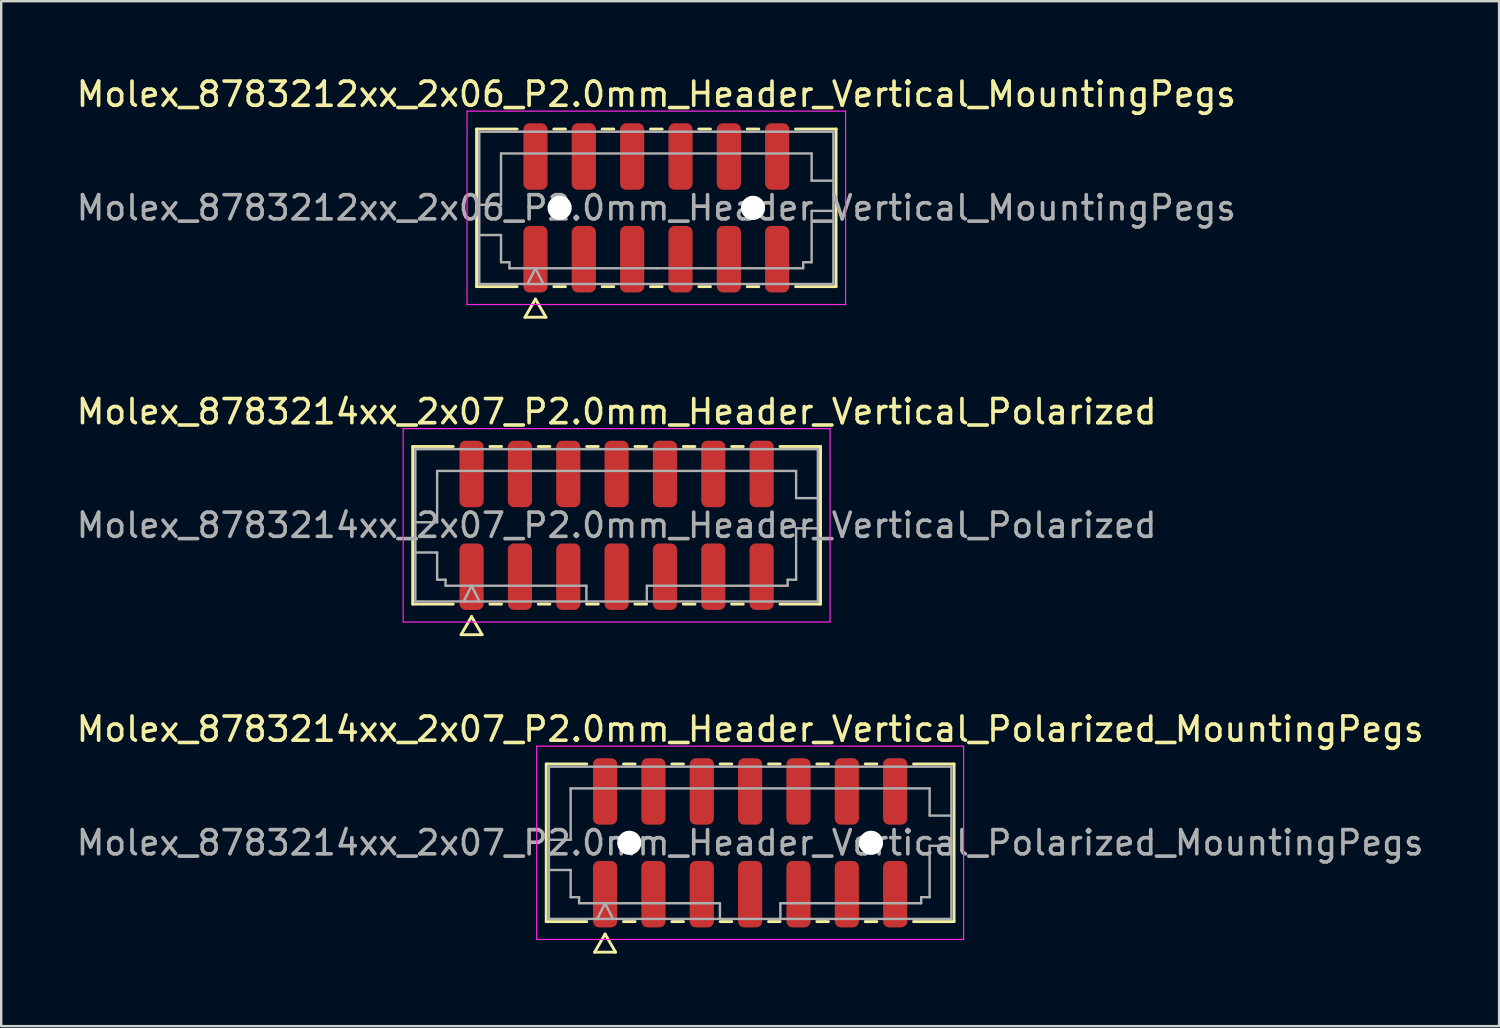
<source format=kicad_pcb>
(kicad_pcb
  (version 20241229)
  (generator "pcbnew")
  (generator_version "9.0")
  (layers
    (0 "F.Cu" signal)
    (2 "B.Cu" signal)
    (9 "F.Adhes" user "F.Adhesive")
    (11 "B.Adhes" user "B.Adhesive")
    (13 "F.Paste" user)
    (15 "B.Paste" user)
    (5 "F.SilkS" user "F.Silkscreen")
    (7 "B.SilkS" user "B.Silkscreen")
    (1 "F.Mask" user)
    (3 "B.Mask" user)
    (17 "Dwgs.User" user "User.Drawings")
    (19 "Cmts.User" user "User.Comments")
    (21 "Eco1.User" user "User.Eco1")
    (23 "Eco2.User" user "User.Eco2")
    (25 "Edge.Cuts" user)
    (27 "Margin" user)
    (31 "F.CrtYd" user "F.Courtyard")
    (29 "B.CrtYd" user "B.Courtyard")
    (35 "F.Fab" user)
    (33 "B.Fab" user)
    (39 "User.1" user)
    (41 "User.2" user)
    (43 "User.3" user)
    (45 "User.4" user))
  (footprint "Molex_8783214xx_2x07_P2.0mm_Header_Vertical_Polarized"
    (layer "F.Cu")
    (at 22.458 18.681)
    (property "Reference" "Molex_8783214xx_2x07_P2.0mm_Header_Vertical_Polarized" (at 0 -4.7 0) (layer "F.SilkS") (effects (font (size 1 1) (thickness 0.15))))
    (attr smd)
    (fp_line (start -8.435 -3.26) (end -6.76 -3.26) (stroke (width 0.12) (type solid)) (layer "F.SilkS"))
    (fp_line (start -8.435 3.26) (end -8.435 -3.26) (stroke (width 0.12) (type solid)) (layer "F.SilkS"))
    (fp_line (start -6.76 3.26) (end -8.435 3.26) (stroke (width 0.12) (type solid)) (layer "F.SilkS"))
    (fp_line (start -6.433 4.525) (end -6 3.775) (stroke (width 0.12) (type solid)) (layer "F.SilkS"))
    (fp_line (start -6 3.775) (end -5.567 4.525) (stroke (width 0.12) (type solid)) (layer "F.SilkS"))
    (fp_line (start -5.567 4.525) (end -6.433 4.525) (stroke (width 0.12) (type solid)) (layer "F.SilkS"))
    (fp_line (start -5.24 -3.26) (end -4.76 -3.26) (stroke (width 0.12) (type solid)) (layer "F.SilkS"))
    (fp_line (start -4.76 3.26) (end -5.24 3.26) (stroke (width 0.12) (type solid)) (layer "F.SilkS"))
    (fp_line (start -3.24 -3.26) (end -2.76 -3.26) (stroke (width 0.12) (type solid)) (layer "F.SilkS"))
    (fp_line (start -2.76 3.26) (end -3.24 3.26) (stroke (width 0.12) (type solid)) (layer "F.SilkS"))
    (fp_line (start -1.24 -3.26) (end -0.76 -3.26) (stroke (width 0.12) (type solid)) (layer "F.SilkS"))
    (fp_line (start -0.76 3.26) (end -1.24 3.26) (stroke (width 0.12) (type solid)) (layer "F.SilkS"))
    (fp_line (start 0.76 -3.26) (end 1.24 -3.26) (stroke (width 0.12) (type solid)) (layer "F.SilkS"))
    (fp_line (start 1.24 3.26) (end 0.76 3.26) (stroke (width 0.12) (type solid)) (layer "F.SilkS"))
    (fp_line (start 2.76 -3.26) (end 3.24 -3.26) (stroke (width 0.12) (type solid)) (layer "F.SilkS"))
    (fp_line (start 3.24 3.26) (end 2.76 3.26) (stroke (width 0.12) (type solid)) (layer "F.SilkS"))
    (fp_line (start 4.76 -3.26) (end 5.24 -3.26) (stroke (width 0.12) (type solid)) (layer "F.SilkS"))
    (fp_line (start 5.24 3.26) (end 4.76 3.26) (stroke (width 0.12) (type solid)) (layer "F.SilkS"))
    (fp_line (start 6.76 -3.26) (end 8.435 -3.26) (stroke (width 0.12) (type solid)) (layer "F.SilkS"))
    (fp_line (start 8.435 -3.26) (end 8.435 3.26) (stroke (width 0.12) (type solid)) (layer "F.SilkS"))
    (fp_line (start 8.435 3.26) (end 6.76 3.26) (stroke (width 0.12) (type solid)) (layer "F.SilkS"))
    (fp_line (start -8.83 -4) (end -8.83 4) (stroke (width 0.05) (type solid)) (layer "F.CrtYd"))
    (fp_line (start -8.83 4) (end 8.83 4) (stroke (width 0.05) (type solid)) (layer "F.CrtYd"))
    (fp_line (start 8.83 -4) (end -8.83 -4) (stroke (width 0.05) (type solid)) (layer "F.CrtYd"))
    (fp_line (start 8.83 4) (end 8.83 -4) (stroke (width 0.05) (type solid)) (layer "F.CrtYd"))
    (fp_line (start -8.325 -3.15) (end 8.325 -3.15) (stroke (width 0.1) (type solid)) (layer "F.Fab"))
    (fp_line (start -8.325 -0.125) (end -7.425 -0.125) (stroke (width 0.1) (type solid)) (layer "F.Fab"))
    (fp_line (start -8.325 1.125) (end -7.425 1.125) (stroke (width 0.1) (type solid)) (layer "F.Fab"))
    (fp_line (start -8.325 3.15) (end -8.325 -3.15) (stroke (width 0.1) (type solid)) (layer "F.Fab"))
    (fp_line (start -7.425 -2.25) (end 7.425 -2.25) (stroke (width 0.1) (type solid)) (layer "F.Fab"))
    (fp_line (start -7.425 -0.125) (end -7.425 -2.25) (stroke (width 0.1) (type solid)) (layer "F.Fab"))
    (fp_line (start -7.425 1.125) (end -7.425 2.25) (stroke (width 0.1) (type solid)) (layer "F.Fab"))
    (fp_line (start -7.425 2.25) (end -7.075 2.25) (stroke (width 0.1) (type solid)) (layer "F.Fab"))
    (fp_line (start -7.075 2.25) (end -7.075 2.5) (stroke (width 0.1) (type solid)) (layer "F.Fab"))
    (fp_line (start -7.075 2.5) (end -1.25 2.5) (stroke (width 0.1) (type solid)) (layer "F.Fab"))
    (fp_line (start -6.325 3.15) (end -6 2.5) (stroke (width 0.1) (type solid)) (layer "F.Fab"))
    (fp_line (start -6 2.5) (end -5.675 3.15) (stroke (width 0.1) (type solid)) (layer "F.Fab"))
    (fp_line (start -1.25 2.5) (end -1.25 3.15) (stroke (width 0.1) (type solid)) (layer "F.Fab"))
    (fp_line (start 1.25 2.5) (end 1.25 3.15) (stroke (width 0.1) (type solid)) (layer "F.Fab"))
    (fp_line (start 1.25 2.5) (end 7.075 2.5) (stroke (width 0.1) (type solid)) (layer "F.Fab"))
    (fp_line (start 7.075 2.25) (end 7.425 2.25) (stroke (width 0.1) (type solid)) (layer "F.Fab"))
    (fp_line (start 7.075 2.5) (end 7.075 2.25) (stroke (width 0.1) (type solid)) (layer "F.Fab"))
    (fp_line (start 7.425 -2.25) (end 7.425 -1.125) (stroke (width 0.1) (type solid)) (layer "F.Fab"))
    (fp_line (start 7.425 -1.125) (end 8.325 -1.125) (stroke (width 0.1) (type solid)) (layer "F.Fab"))
    (fp_line (start 7.425 0.125) (end 8.325 0.125) (stroke (width 0.1) (type solid)) (layer "F.Fab"))
    (fp_line (start 7.425 2.25) (end 7.425 0.125) (stroke (width 0.1) (type solid)) (layer "F.Fab"))
    (fp_line (start 8.325 -3.15) (end 8.325 3.15) (stroke (width 0.1) (type solid)) (layer "F.Fab"))
    (fp_line (start 8.325 3.15) (end -8.325 3.15) (stroke (width 0.1) (type solid)) (layer "F.Fab"))
    (fp_text user "${REFERENCE}" (at 0 0 0) (layer "F.Fab") (effects (font (size 1 1) (thickness 0.15))))
    (pad "1" smd roundrect (at -6 2.125) (size 1 2.75) (layers "F.Cu" "F.Mask" "F.Paste") (roundrect_rratio 0.25))
    (pad "2" smd roundrect (at -6 -2.125) (size 1 2.75) (layers "F.Cu" "F.Mask" "F.Paste") (roundrect_rratio 0.25))
    (pad "3" smd roundrect (at -4 2.125) (size 1 2.75) (layers "F.Cu" "F.Mask" "F.Paste") (roundrect_rratio 0.25))
    (pad "4" smd roundrect (at -4 -2.125) (size 1 2.75) (layers "F.Cu" "F.Mask" "F.Paste") (roundrect_rratio 0.25))
    (pad "5" smd roundrect (at -2 2.125) (size 1 2.75) (layers "F.Cu" "F.Mask" "F.Paste") (roundrect_rratio 0.25))
    (pad "6" smd roundrect (at -2 -2.125) (size 1 2.75) (layers "F.Cu" "F.Mask" "F.Paste") (roundrect_rratio 0.25))
    (pad "7" smd roundrect (at 0 2.125) (size 1 2.75) (layers "F.Cu" "F.Mask" "F.Paste") (roundrect_rratio 0.25))
    (pad "8" smd roundrect (at 0 -2.125) (size 1 2.75) (layers "F.Cu" "F.Mask" "F.Paste") (roundrect_rratio 0.25))
    (pad "9" smd roundrect (at 2 2.125) (size 1 2.75) (layers "F.Cu" "F.Mask" "F.Paste") (roundrect_rratio 0.25))
    (pad "10" smd roundrect (at 2 -2.125) (size 1 2.75) (layers "F.Cu" "F.Mask" "F.Paste") (roundrect_rratio 0.25))
    (pad "11" smd roundrect (at 4 2.125) (size 1 2.75) (layers "F.Cu" "F.Mask" "F.Paste") (roundrect_rratio 0.25))
    (pad "12" smd roundrect (at 4 -2.125) (size 1 2.75) (layers "F.Cu" "F.Mask" "F.Paste") (roundrect_rratio 0.25))
    (pad "13" smd roundrect (at 6 2.125) (size 1 2.75) (layers "F.Cu" "F.Mask" "F.Paste") (roundrect_rratio 0.25))
    (pad "14" smd roundrect (at 6 -2.125) (size 1 2.75) (layers "F.Cu" "F.Mask" "F.Paste") (roundrect_rratio 0.25)))
  (footprint "Molex_8783212xx_2x06_P2.0mm_Header_Vertical_MountingPegs"
    (layer "F.Cu")
    (at 24.101 5.548)
    (property "Reference" "Molex_8783212xx_2x06_P2.0mm_Header_Vertical_MountingPegs" (at 0 -4.7 0) (layer "F.SilkS") (effects (font (size 1 1) (thickness 0.15))))
    (attr smd)
    (fp_line (start -7.435 -3.26) (end -5.76 -3.26) (stroke (width 0.12) (type solid)) (layer "F.SilkS"))
    (fp_line (start -7.435 3.26) (end -7.435 -3.26) (stroke (width 0.12) (type solid)) (layer "F.SilkS"))
    (fp_line (start -5.76 3.26) (end -7.435 3.26) (stroke (width 0.12) (type solid)) (layer "F.SilkS"))
    (fp_line (start -5.433 4.525) (end -5 3.775) (stroke (width 0.12) (type solid)) (layer "F.SilkS"))
    (fp_line (start -5 3.775) (end -4.567 4.525) (stroke (width 0.12) (type solid)) (layer "F.SilkS"))
    (fp_line (start -4.567 4.525) (end -5.433 4.525) (stroke (width 0.12) (type solid)) (layer "F.SilkS"))
    (fp_line (start -4.24 -3.26) (end -3.76 -3.26) (stroke (width 0.12) (type solid)) (layer "F.SilkS"))
    (fp_line (start -3.76 3.26) (end -4.24 3.26) (stroke (width 0.12) (type solid)) (layer "F.SilkS"))
    (fp_line (start -2.24 -3.26) (end -1.76 -3.26) (stroke (width 0.12) (type solid)) (layer "F.SilkS"))
    (fp_line (start -1.76 3.26) (end -2.24 3.26) (stroke (width 0.12) (type solid)) (layer "F.SilkS"))
    (fp_line (start -0.24 -3.26) (end 0.24 -3.26) (stroke (width 0.12) (type solid)) (layer "F.SilkS"))
    (fp_line (start 0.24 3.26) (end -0.24 3.26) (stroke (width 0.12) (type solid)) (layer "F.SilkS"))
    (fp_line (start 1.76 -3.26) (end 2.24 -3.26) (stroke (width 0.12) (type solid)) (layer "F.SilkS"))
    (fp_line (start 2.24 3.26) (end 1.76 3.26) (stroke (width 0.12) (type solid)) (layer "F.SilkS"))
    (fp_line (start 3.76 -3.26) (end 4.24 -3.26) (stroke (width 0.12) (type solid)) (layer "F.SilkS"))
    (fp_line (start 4.24 3.26) (end 3.76 3.26) (stroke (width 0.12) (type solid)) (layer "F.SilkS"))
    (fp_line (start 5.76 -3.26) (end 7.435 -3.26) (stroke (width 0.12) (type solid)) (layer "F.SilkS"))
    (fp_line (start 7.435 -3.26) (end 7.435 3.26) (stroke (width 0.12) (type solid)) (layer "F.SilkS"))
    (fp_line (start 7.435 3.26) (end 5.76 3.26) (stroke (width 0.12) (type solid)) (layer "F.SilkS"))
    (fp_line (start -7.83 -4) (end -7.83 4) (stroke (width 0.05) (type solid)) (layer "F.CrtYd"))
    (fp_line (start -7.83 4) (end 7.83 4) (stroke (width 0.05) (type solid)) (layer "F.CrtYd"))
    (fp_line (start 7.83 -4) (end -7.83 -4) (stroke (width 0.05) (type solid)) (layer "F.CrtYd"))
    (fp_line (start 7.83 4) (end 7.83 -4) (stroke (width 0.05) (type solid)) (layer "F.CrtYd"))
    (fp_line (start -7.325 -3.15) (end 7.325 -3.15) (stroke (width 0.1) (type solid)) (layer "F.Fab"))
    (fp_line (start -7.325 -0.125) (end -6.425 -0.125) (stroke (width 0.1) (type solid)) (layer "F.Fab"))
    (fp_line (start -7.325 1.125) (end -6.425 1.125) (stroke (width 0.1) (type solid)) (layer "F.Fab"))
    (fp_line (start -7.325 3.15) (end -7.325 -3.15) (stroke (width 0.1) (type solid)) (layer "F.Fab"))
    (fp_line (start -6.425 -2.25) (end 6.425 -2.25) (stroke (width 0.1) (type solid)) (layer "F.Fab"))
    (fp_line (start -6.425 -0.125) (end -6.425 -2.25) (stroke (width 0.1) (type solid)) (layer "F.Fab"))
    (fp_line (start -6.425 1.125) (end -6.425 2.25) (stroke (width 0.1) (type solid)) (layer "F.Fab"))
    (fp_line (start -6.425 2.25) (end -6.075 2.25) (stroke (width 0.1) (type solid)) (layer "F.Fab"))
    (fp_line (start -6.075 2.25) (end -6.075 2.5) (stroke (width 0.1) (type solid)) (layer "F.Fab"))
    (fp_line (start -6.075 2.5) (end 0 2.5) (stroke (width 0.1) (type solid)) (layer "F.Fab"))
    (fp_line (start -5.325 3.15) (end -5 2.5) (stroke (width 0.1) (type solid)) (layer "F.Fab"))
    (fp_line (start -5 2.5) (end -4.675 3.15) (stroke (width 0.1) (type solid)) (layer "F.Fab"))
    (fp_line (start 0 2.5) (end 6.075 2.5) (stroke (width 0.1) (type solid)) (layer "F.Fab"))
    (fp_line (start 6.075 2.25) (end 6.425 2.25) (stroke (width 0.1) (type solid)) (layer "F.Fab"))
    (fp_line (start 6.075 2.5) (end 6.075 2.25) (stroke (width 0.1) (type solid)) (layer "F.Fab"))
    (fp_line (start 6.425 -2.25) (end 6.425 -1.125) (stroke (width 0.1) (type solid)) (layer "F.Fab"))
    (fp_line (start 6.425 -1.125) (end 7.325 -1.125) (stroke (width 0.1) (type solid)) (layer "F.Fab"))
    (fp_line (start 6.425 0.125) (end 7.325 0.125) (stroke (width 0.1) (type solid)) (layer "F.Fab"))
    (fp_line (start 6.425 2.25) (end 6.425 0.125) (stroke (width 0.1) (type solid)) (layer "F.Fab"))
    (fp_line (start 7.325 -3.15) (end 7.325 3.15) (stroke (width 0.1) (type solid)) (layer "F.Fab"))
    (fp_line (start 7.325 3.15) (end -7.325 3.15) (stroke (width 0.1) (type solid)) (layer "F.Fab"))
    (fp_text user "${REFERENCE}" (at 0 0 0) (layer "F.Fab") (effects (font (size 1 1) (thickness 0.15))))
    (pad "" np_thru_hole circle (at -4 0) (size 1 1) (drill 1) (layers "*.Cu" "*.Mask"))
    (pad "" np_thru_hole circle (at 4 0) (size 1 1) (drill 1) (layers "*.Cu" "*.Mask"))
    (pad "1" smd roundrect (at -5 2.125) (size 1 2.75) (layers "F.Cu" "F.Mask" "F.Paste") (roundrect_rratio 0.25))
    (pad "2" smd roundrect (at -5 -2.125) (size 1 2.75) (layers "F.Cu" "F.Mask" "F.Paste") (roundrect_rratio 0.25))
    (pad "3" smd roundrect (at -3 2.125) (size 1 2.75) (layers "F.Cu" "F.Mask" "F.Paste") (roundrect_rratio 0.25))
    (pad "4" smd roundrect (at -3 -2.125) (size 1 2.75) (layers "F.Cu" "F.Mask" "F.Paste") (roundrect_rratio 0.25))
    (pad "5" smd roundrect (at -1 2.125) (size 1 2.75) (layers "F.Cu" "F.Mask" "F.Paste") (roundrect_rratio 0.25))
    (pad "6" smd roundrect (at -1 -2.125) (size 1 2.75) (layers "F.Cu" "F.Mask" "F.Paste") (roundrect_rratio 0.25))
    (pad "7" smd roundrect (at 1 2.125) (size 1 2.75) (layers "F.Cu" "F.Mask" "F.Paste") (roundrect_rratio 0.25))
    (pad "8" smd roundrect (at 1 -2.125) (size 1 2.75) (layers "F.Cu" "F.Mask" "F.Paste") (roundrect_rratio 0.25))
    (pad "9" smd roundrect (at 3 2.125) (size 1 2.75) (layers "F.Cu" "F.Mask" "F.Paste") (roundrect_rratio 0.25))
    (pad "10" smd roundrect (at 3 -2.125) (size 1 2.75) (layers "F.Cu" "F.Mask" "F.Paste") (roundrect_rratio 0.25))
    (pad "11" smd roundrect (at 5 2.125) (size 1 2.75) (layers "F.Cu" "F.Mask" "F.Paste") (roundrect_rratio 0.25))
    (pad "12" smd roundrect (at 5 -2.125) (size 1 2.75) (layers "F.Cu" "F.Mask" "F.Paste") (roundrect_rratio 0.25)))
  (footprint "Molex_8783214xx_2x07_P2.0mm_Header_Vertical_Polarized_MountingPegs"
    (layer "F.Cu")
    (at 27.982 31.815)
    (property "Reference" "Molex_8783214xx_2x07_P2.0mm_Header_Vertical_Polarized_MountingPegs" (at 0 -4.7 0) (layer "F.SilkS") (effects (font (size 1 1) (thickness 0.15))))
    (attr smd)
    (fp_line (start -8.435 -3.26) (end -6.76 -3.26) (stroke (width 0.12) (type solid)) (layer "F.SilkS"))
    (fp_line (start -8.435 3.26) (end -8.435 -3.26) (stroke (width 0.12) (type solid)) (layer "F.SilkS"))
    (fp_line (start -6.76 3.26) (end -8.435 3.26) (stroke (width 0.12) (type solid)) (layer "F.SilkS"))
    (fp_line (start -6.433 4.525) (end -6 3.775) (stroke (width 0.12) (type solid)) (layer "F.SilkS"))
    (fp_line (start -6 3.775) (end -5.567 4.525) (stroke (width 0.12) (type solid)) (layer "F.SilkS"))
    (fp_line (start -5.567 4.525) (end -6.433 4.525) (stroke (width 0.12) (type solid)) (layer "F.SilkS"))
    (fp_line (start -5.24 -3.26) (end -4.76 -3.26) (stroke (width 0.12) (type solid)) (layer "F.SilkS"))
    (fp_line (start -4.76 3.26) (end -5.24 3.26) (stroke (width 0.12) (type solid)) (layer "F.SilkS"))
    (fp_line (start -3.24 -3.26) (end -2.76 -3.26) (stroke (width 0.12) (type solid)) (layer "F.SilkS"))
    (fp_line (start -2.76 3.26) (end -3.24 3.26) (stroke (width 0.12) (type solid)) (layer "F.SilkS"))
    (fp_line (start -1.24 -3.26) (end -0.76 -3.26) (stroke (width 0.12) (type solid)) (layer "F.SilkS"))
    (fp_line (start -0.76 3.26) (end -1.24 3.26) (stroke (width 0.12) (type solid)) (layer "F.SilkS"))
    (fp_line (start 0.76 -3.26) (end 1.24 -3.26) (stroke (width 0.12) (type solid)) (layer "F.SilkS"))
    (fp_line (start 1.24 3.26) (end 0.76 3.26) (stroke (width 0.12) (type solid)) (layer "F.SilkS"))
    (fp_line (start 2.76 -3.26) (end 3.24 -3.26) (stroke (width 0.12) (type solid)) (layer "F.SilkS"))
    (fp_line (start 3.24 3.26) (end 2.76 3.26) (stroke (width 0.12) (type solid)) (layer "F.SilkS"))
    (fp_line (start 4.76 -3.26) (end 5.24 -3.26) (stroke (width 0.12) (type solid)) (layer "F.SilkS"))
    (fp_line (start 5.24 3.26) (end 4.76 3.26) (stroke (width 0.12) (type solid)) (layer "F.SilkS"))
    (fp_line (start 6.76 -3.26) (end 8.435 -3.26) (stroke (width 0.12) (type solid)) (layer "F.SilkS"))
    (fp_line (start 8.435 -3.26) (end 8.435 3.26) (stroke (width 0.12) (type solid)) (layer "F.SilkS"))
    (fp_line (start 8.435 3.26) (end 6.76 3.26) (stroke (width 0.12) (type solid)) (layer "F.SilkS"))
    (fp_line (start -8.83 -4) (end -8.83 4) (stroke (width 0.05) (type solid)) (layer "F.CrtYd"))
    (fp_line (start -8.83 4) (end 8.83 4) (stroke (width 0.05) (type solid)) (layer "F.CrtYd"))
    (fp_line (start 8.83 -4) (end -8.83 -4) (stroke (width 0.05) (type solid)) (layer "F.CrtYd"))
    (fp_line (start 8.83 4) (end 8.83 -4) (stroke (width 0.05) (type solid)) (layer "F.CrtYd"))
    (fp_line (start -8.325 -3.15) (end 8.325 -3.15) (stroke (width 0.1) (type solid)) (layer "F.Fab"))
    (fp_line (start -8.325 -0.125) (end -7.425 -0.125) (stroke (width 0.1) (type solid)) (layer "F.Fab"))
    (fp_line (start -8.325 1.125) (end -7.425 1.125) (stroke (width 0.1) (type solid)) (layer "F.Fab"))
    (fp_line (start -8.325 3.15) (end -8.325 -3.15) (stroke (width 0.1) (type solid)) (layer "F.Fab"))
    (fp_line (start -7.425 -2.25) (end 7.425 -2.25) (stroke (width 0.1) (type solid)) (layer "F.Fab"))
    (fp_line (start -7.425 -0.125) (end -7.425 -2.25) (stroke (width 0.1) (type solid)) (layer "F.Fab"))
    (fp_line (start -7.425 1.125) (end -7.425 2.25) (stroke (width 0.1) (type solid)) (layer "F.Fab"))
    (fp_line (start -7.425 2.25) (end -7.075 2.25) (stroke (width 0.1) (type solid)) (layer "F.Fab"))
    (fp_line (start -7.075 2.25) (end -7.075 2.5) (stroke (width 0.1) (type solid)) (layer "F.Fab"))
    (fp_line (start -7.075 2.5) (end -1.25 2.5) (stroke (width 0.1) (type solid)) (layer "F.Fab"))
    (fp_line (start -6.325 3.15) (end -6 2.5) (stroke (width 0.1) (type solid)) (layer "F.Fab"))
    (fp_line (start -6 2.5) (end -5.675 3.15) (stroke (width 0.1) (type solid)) (layer "F.Fab"))
    (fp_line (start -1.25 2.5) (end -1.25 3.15) (stroke (width 0.1) (type solid)) (layer "F.Fab"))
    (fp_line (start 1.25 2.5) (end 1.25 3.15) (stroke (width 0.1) (type solid)) (layer "F.Fab"))
    (fp_line (start 1.25 2.5) (end 7.075 2.5) (stroke (width 0.1) (type solid)) (layer "F.Fab"))
    (fp_line (start 7.075 2.25) (end 7.425 2.25) (stroke (width 0.1) (type solid)) (layer "F.Fab"))
    (fp_line (start 7.075 2.5) (end 7.075 2.25) (stroke (width 0.1) (type solid)) (layer "F.Fab"))
    (fp_line (start 7.425 -2.25) (end 7.425 -1.125) (stroke (width 0.1) (type solid)) (layer "F.Fab"))
    (fp_line (start 7.425 -1.125) (end 8.325 -1.125) (stroke (width 0.1) (type solid)) (layer "F.Fab"))
    (fp_line (start 7.425 0.125) (end 8.325 0.125) (stroke (width 0.1) (type solid)) (layer "F.Fab"))
    (fp_line (start 7.425 2.25) (end 7.425 0.125) (stroke (width 0.1) (type solid)) (layer "F.Fab"))
    (fp_line (start 8.325 -3.15) (end 8.325 3.15) (stroke (width 0.1) (type solid)) (layer "F.Fab"))
    (fp_line (start 8.325 3.15) (end -8.325 3.15) (stroke (width 0.1) (type solid)) (layer "F.Fab"))
    (fp_text user "${REFERENCE}" (at 0 0 0) (layer "F.Fab") (effects (font (size 1 1) (thickness 0.15))))
    (pad "" np_thru_hole circle (at -5 0) (size 1 1) (drill 1) (layers "*.Cu" "*.Mask"))
    (pad "" np_thru_hole circle (at 5 0) (size 1 1) (drill 1) (layers "*.Cu" "*.Mask"))
    (pad "1" smd roundrect (at -6 2.125) (size 1 2.75) (layers "F.Cu" "F.Mask" "F.Paste") (roundrect_rratio 0.25))
    (pad "2" smd roundrect (at -6 -2.125) (size 1 2.75) (layers "F.Cu" "F.Mask" "F.Paste") (roundrect_rratio 0.25))
    (pad "3" smd roundrect (at -4 2.125) (size 1 2.75) (layers "F.Cu" "F.Mask" "F.Paste") (roundrect_rratio 0.25))
    (pad "4" smd roundrect (at -4 -2.125) (size 1 2.75) (layers "F.Cu" "F.Mask" "F.Paste") (roundrect_rratio 0.25))
    (pad "5" smd roundrect (at -2 2.125) (size 1 2.75) (layers "F.Cu" "F.Mask" "F.Paste") (roundrect_rratio 0.25))
    (pad "6" smd roundrect (at -2 -2.125) (size 1 2.75) (layers "F.Cu" "F.Mask" "F.Paste") (roundrect_rratio 0.25))
    (pad "7" smd roundrect (at 0 2.125) (size 1 2.75) (layers "F.Cu" "F.Mask" "F.Paste") (roundrect_rratio 0.25))
    (pad "8" smd roundrect (at 0 -2.125) (size 1 2.75) (layers "F.Cu" "F.Mask" "F.Paste") (roundrect_rratio 0.25))
    (pad "9" smd roundrect (at 2 2.125) (size 1 2.75) (layers "F.Cu" "F.Mask" "F.Paste") (roundrect_rratio 0.25))
    (pad "10" smd roundrect (at 2 -2.125) (size 1 2.75) (layers "F.Cu" "F.Mask" "F.Paste") (roundrect_rratio 0.25))
    (pad "11" smd roundrect (at 4 2.125) (size 1 2.75) (layers "F.Cu" "F.Mask" "F.Paste") (roundrect_rratio 0.25))
    (pad "12" smd roundrect (at 4 -2.125) (size 1 2.75) (layers "F.Cu" "F.Mask" "F.Paste") (roundrect_rratio 0.25))
    (pad "13" smd roundrect (at 6 2.125) (size 1 2.75) (layers "F.Cu" "F.Mask" "F.Paste") (roundrect_rratio 0.25))
    (pad "14" smd roundrect (at 6 -2.125) (size 1 2.75) (layers "F.Cu" "F.Mask" "F.Paste") (roundrect_rratio 0.25)))
  (gr_rect
    (start -3 -3)
    (end 58.964 39.4)
    (stroke (width 0.1) (type default))
    (fill no)
    (layer "Edge.Cuts")))
</source>
